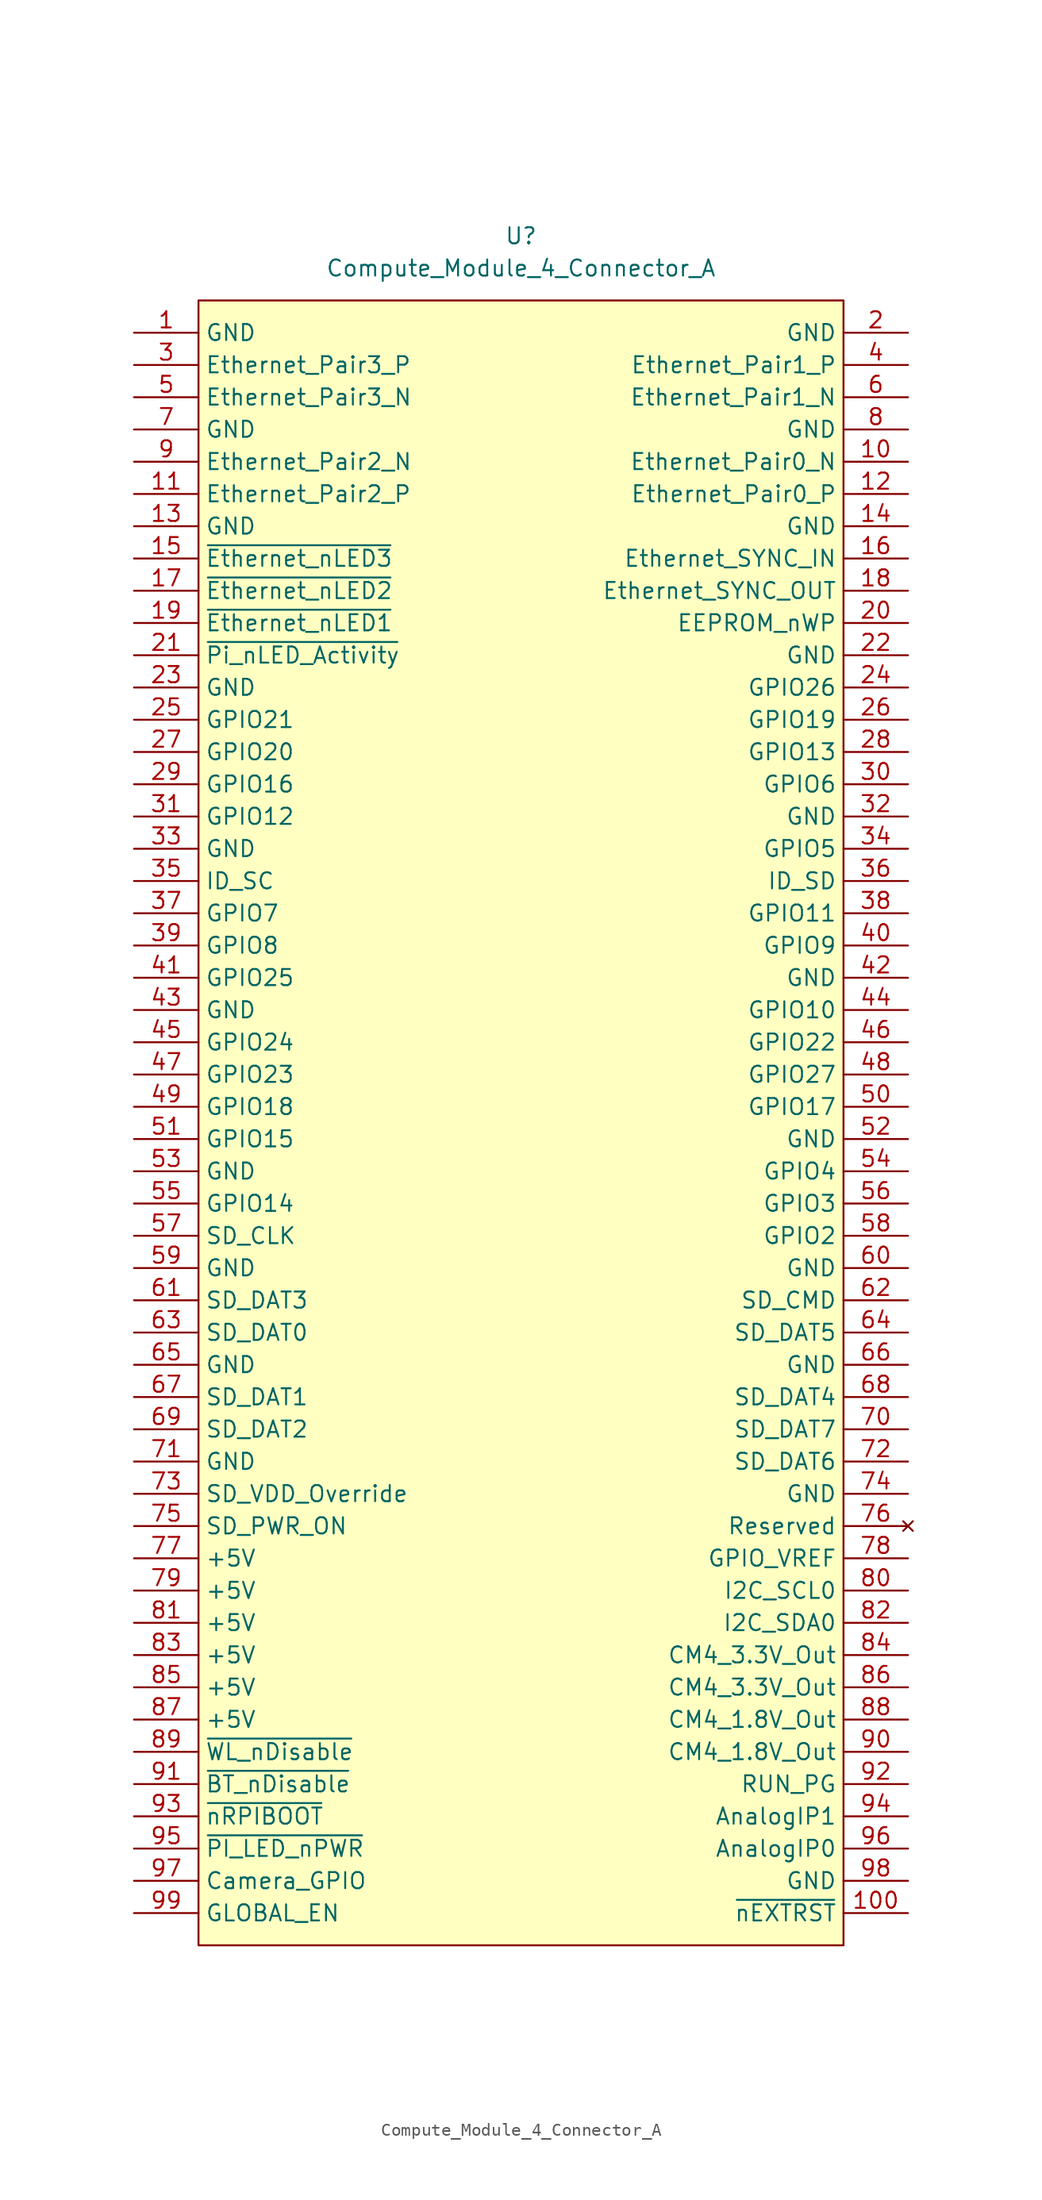
<source format=kicad_sym>
(kicad_symbol_lib
  (version 20220914)
  (generator kicad_symbol_editor)
  (symbol "Compute_Module_4_Connector_A"
    (property "Reference" "U"
      (at 0 69.85 0)
      (effects (font (size 1.27 1.27))))
    (property "Value" "Compute_Module_4_Connector_A"
      (at 0 67.31 0)
      (effects (font (size 1.27 1.27))))
    (symbol "Compute_Module_4_Connector_A_1_1"
      (rectangle (start -25.4 64.77) (end 25.4 -64.77) (stroke (width 0) (type solid)) (fill (type background)))
      (pin power_in line (at -30.48 62.23 0) (length 5.08) (name "GND" (effects (font (size 1.27 1.27)))) (number "1" (effects (font (size 1.27 1.27)))))
      (pin passive line (at 30.48 52.07 180) (length 5.08) (name "Ethernet_Pair0_N" (effects (font (size 1.27 1.27)))) (number "10" (effects (font (size 1.27 1.27)))))
      (pin output line (at 30.48 -62.23 180) (length 5.08) (name "~{nEXTRST}" (effects (font (size 1.27 1.27)))) (number "100" (effects (font (size 1.27 1.27)))))
      (pin passive line (at -30.48 49.53 0) (length 5.08) (name "Ethernet_Pair2_P" (effects (font (size 1.27 1.27)))) (number "11" (effects (font (size 1.27 1.27)))))
      (pin passive line (at 30.48 49.53 180) (length 5.08) (name "Ethernet_Pair0_P" (effects (font (size 1.27 1.27)))) (number "12" (effects (font (size 1.27 1.27)))))
      (pin power_in line (at -30.48 46.99 0) (length 5.08) (name "GND" (effects (font (size 1.27 1.27)))) (number "13" (effects (font (size 1.27 1.27)))))
      (pin power_in line (at 30.48 46.99 180) (length 5.08) (name "GND" (effects (font (size 1.27 1.27)))) (number "14" (effects (font (size 1.27 1.27)))))
      (pin output line (at -30.48 44.45 0) (length 5.08) (name "~{Ethernet_nLED3}" (effects (font (size 1.27 1.27)))) (number "15" (effects (font (size 1.27 1.27)))))
      (pin input line (at 30.48 44.45 180) (length 5.08) (name "Ethernet_SYNC_IN" (effects (font (size 1.27 1.27)))) (number "16" (effects (font (size 1.27 1.27)))))
      (pin output line (at -30.48 41.91 0) (length 5.08) (name "~{Ethernet_nLED2}" (effects (font (size 1.27 1.27)))) (number "17" (effects (font (size 1.27 1.27)))))
      (pin input line (at 30.48 41.91 180) (length 5.08) (name "Ethernet_SYNC_OUT" (effects (font (size 1.27 1.27)))) (number "18" (effects (font (size 1.27 1.27)))))
      (pin output line (at -30.48 39.37 0) (length 5.08) (name "~{Ethernet_nLED1}" (effects (font (size 1.27 1.27)))) (number "19" (effects (font (size 1.27 1.27)))))
      (pin power_in line (at 30.48 62.23 180) (length 5.08) (name "GND" (effects (font (size 1.27 1.27)))) (number "2" (effects (font (size 1.27 1.27)))))
      (pin passive line (at 30.48 39.37 180) (length 5.08) (name "EEPROM_nWP" (effects (font (size 1.27 1.27)))) (number "20" (effects (font (size 1.27 1.27)))))
      (pin open_collector line (at -30.48 36.83 0) (length 5.08) (name "~{Pi_nLED_Activity}" (effects (font (size 1.27 1.27)))) (number "21" (effects (font (size 1.27 1.27)))))
      (pin power_in line (at 30.48 36.83 180) (length 5.08) (name "GND" (effects (font (size 1.27 1.27)))) (number "22" (effects (font (size 1.27 1.27)))))
      (pin power_in line (at -30.48 34.29 0) (length 5.08) (name "GND" (effects (font (size 1.27 1.27)))) (number "23" (effects (font (size 1.27 1.27)))))
      (pin passive line (at 30.48 34.29 180) (length 5.08) (name "GPIO26" (effects (font (size 1.27 1.27)))) (number "24" (effects (font (size 1.27 1.27)))))
      (pin passive line (at -30.48 31.75 0) (length 5.08) (name "GPIO21" (effects (font (size 1.27 1.27)))) (number "25" (effects (font (size 1.27 1.27)))))
      (pin passive line (at 30.48 31.75 180) (length 5.08) (name "GPIO19" (effects (font (size 1.27 1.27)))) (number "26" (effects (font (size 1.27 1.27)))))
      (pin passive line (at -30.48 29.21 0) (length 5.08) (name "GPIO20" (effects (font (size 1.27 1.27)))) (number "27" (effects (font (size 1.27 1.27)))))
      (pin passive line (at 30.48 29.21 180) (length 5.08) (name "GPIO13" (effects (font (size 1.27 1.27)))) (number "28" (effects (font (size 1.27 1.27)))))
      (pin passive line (at -30.48 26.67 0) (length 5.08) (name "GPIO16" (effects (font (size 1.27 1.27)))) (number "29" (effects (font (size 1.27 1.27)))))
      (pin passive line (at -30.48 59.69 0) (length 5.08) (name "Ethernet_Pair3_P" (effects (font (size 1.27 1.27)))) (number "3" (effects (font (size 1.27 1.27)))))
      (pin passive line (at 30.48 26.67 180) (length 5.08) (name "GPIO6" (effects (font (size 1.27 1.27)))) (number "30" (effects (font (size 1.27 1.27)))))
      (pin passive line (at -30.48 24.13 0) (length 5.08) (name "GPIO12" (effects (font (size 1.27 1.27)))) (number "31" (effects (font (size 1.27 1.27)))))
      (pin power_in line (at 30.48 24.13 180) (length 5.08) (name "GND" (effects (font (size 1.27 1.27)))) (number "32" (effects (font (size 1.27 1.27)))))
      (pin power_in line (at -30.48 21.59 0) (length 5.08) (name "GND" (effects (font (size 1.27 1.27)))) (number "33" (effects (font (size 1.27 1.27)))))
      (pin passive line (at 30.48 21.59 180) (length 5.08) (name "GPIO5" (effects (font (size 1.27 1.27)))) (number "34" (effects (font (size 1.27 1.27)))))
      (pin passive line (at -30.48 19.05 0) (length 5.08) (name "ID_SC" (effects (font (size 1.27 1.27)))) (number "35" (effects (font (size 1.27 1.27)))))
      (pin passive line (at 30.48 19.05 180) (length 5.08) (name "ID_SD" (effects (font (size 1.27 1.27)))) (number "36" (effects (font (size 1.27 1.27)))))
      (pin passive line (at -30.48 16.51 0) (length 5.08) (name "GPIO7" (effects (font (size 1.27 1.27)))) (number "37" (effects (font (size 1.27 1.27)))))
      (pin passive line (at 30.48 16.51 180) (length 5.08) (name "GPIO11" (effects (font (size 1.27 1.27)))) (number "38" (effects (font (size 1.27 1.27)))))
      (pin passive line (at -30.48 13.97 0) (length 5.08) (name "GPIO8" (effects (font (size 1.27 1.27)))) (number "39" (effects (font (size 1.27 1.27)))))
      (pin passive line (at 30.48 59.69 180) (length 5.08) (name "Ethernet_Pair1_P" (effects (font (size 1.27 1.27)))) (number "4" (effects (font (size 1.27 1.27)))))
      (pin passive line (at 30.48 13.97 180) (length 5.08) (name "GPIO9" (effects (font (size 1.27 1.27)))) (number "40" (effects (font (size 1.27 1.27)))))
      (pin passive line (at -30.48 11.43 0) (length 5.08) (name "GPIO25" (effects (font (size 1.27 1.27)))) (number "41" (effects (font (size 1.27 1.27)))))
      (pin power_in line (at 30.48 11.43 180) (length 5.08) (name "GND" (effects (font (size 1.27 1.27)))) (number "42" (effects (font (size 1.27 1.27)))))
      (pin power_in line (at -30.48 8.89 0) (length 5.08) (name "GND" (effects (font (size 1.27 1.27)))) (number "43" (effects (font (size 1.27 1.27)))))
      (pin passive line (at 30.48 8.89 180) (length 5.08) (name "GPIO10" (effects (font (size 1.27 1.27)))) (number "44" (effects (font (size 1.27 1.27)))))
      (pin passive line (at -30.48 6.35 0) (length 5.08) (name "GPIO24" (effects (font (size 1.27 1.27)))) (number "45" (effects (font (size 1.27 1.27)))))
      (pin passive line (at 30.48 6.35 180) (length 5.08) (name "GPIO22" (effects (font (size 1.27 1.27)))) (number "46" (effects (font (size 1.27 1.27)))))
      (pin passive line (at -30.48 3.81 0) (length 5.08) (name "GPIO23" (effects (font (size 1.27 1.27)))) (number "47" (effects (font (size 1.27 1.27)))))
      (pin passive line (at 30.48 3.81 180) (length 5.08) (name "GPIO27" (effects (font (size 1.27 1.27)))) (number "48" (effects (font (size 1.27 1.27)))))
      (pin passive line (at -30.48 1.27 0) (length 5.08) (name "GPIO18" (effects (font (size 1.27 1.27)))) (number "49" (effects (font (size 1.27 1.27)))))
      (pin passive line (at -30.48 57.15 0) (length 5.08) (name "Ethernet_Pair3_N" (effects (font (size 1.27 1.27)))) (number "5" (effects (font (size 1.27 1.27)))))
      (pin passive line (at 30.48 1.27 180) (length 5.08) (name "GPIO17" (effects (font (size 1.27 1.27)))) (number "50" (effects (font (size 1.27 1.27)))))
      (pin passive line (at -30.48 -1.27 0) (length 5.08) (name "GPIO15" (effects (font (size 1.27 1.27)))) (number "51" (effects (font (size 1.27 1.27)))))
      (pin power_in line (at 30.48 -1.27 180) (length 5.08) (name "GND" (effects (font (size 1.27 1.27)))) (number "52" (effects (font (size 1.27 1.27)))))
      (pin power_in line (at -30.48 -3.81 0) (length 5.08) (name "GND" (effects (font (size 1.27 1.27)))) (number "53" (effects (font (size 1.27 1.27)))))
      (pin passive line (at 30.48 -3.81 180) (length 5.08) (name "GPIO4" (effects (font (size 1.27 1.27)))) (number "54" (effects (font (size 1.27 1.27)))))
      (pin passive line (at -30.48 -6.35 0) (length 5.08) (name "GPIO14" (effects (font (size 1.27 1.27)))) (number "55" (effects (font (size 1.27 1.27)))))
      (pin passive line (at 30.48 -6.35 180) (length 5.08) (name "GPIO3" (effects (font (size 1.27 1.27)))) (number "56" (effects (font (size 1.27 1.27)))))
      (pin passive line (at -30.48 -8.89 0) (length 5.08) (name "SD_CLK" (effects (font (size 1.27 1.27)))) (number "57" (effects (font (size 1.27 1.27)))))
      (pin passive line (at 30.48 -8.89 180) (length 5.08) (name "GPIO2" (effects (font (size 1.27 1.27)))) (number "58" (effects (font (size 1.27 1.27)))))
      (pin power_in line (at -30.48 -11.43 0) (length 5.08) (name "GND" (effects (font (size 1.27 1.27)))) (number "59" (effects (font (size 1.27 1.27)))))
      (pin passive line (at 30.48 57.15 180) (length 5.08) (name "Ethernet_Pair1_N" (effects (font (size 1.27 1.27)))) (number "6" (effects (font (size 1.27 1.27)))))
      (pin power_in line (at 30.48 -11.43 180) (length 5.08) (name "GND" (effects (font (size 1.27 1.27)))) (number "60" (effects (font (size 1.27 1.27)))))
      (pin passive line (at -30.48 -13.97 0) (length 5.08) (name "SD_DAT3" (effects (font (size 1.27 1.27)))) (number "61" (effects (font (size 1.27 1.27)))))
      (pin passive line (at 30.48 -13.97 180) (length 5.08) (name "SD_CMD" (effects (font (size 1.27 1.27)))) (number "62" (effects (font (size 1.27 1.27)))))
      (pin passive line (at -30.48 -16.51 0) (length 5.08) (name "SD_DAT0" (effects (font (size 1.27 1.27)))) (number "63" (effects (font (size 1.27 1.27)))))
      (pin passive line (at 30.48 -16.51 180) (length 5.08) (name "SD_DAT5" (effects (font (size 1.27 1.27)))) (number "64" (effects (font (size 1.27 1.27)))))
      (pin power_in line (at -30.48 -19.05 0) (length 5.08) (name "GND" (effects (font (size 1.27 1.27)))) (number "65" (effects (font (size 1.27 1.27)))))
      (pin power_in line (at 30.48 -19.05 180) (length 5.08) (name "GND" (effects (font (size 1.27 1.27)))) (number "66" (effects (font (size 1.27 1.27)))))
      (pin passive line (at -30.48 -21.59 0) (length 5.08) (name "SD_DAT1" (effects (font (size 1.27 1.27)))) (number "67" (effects (font (size 1.27 1.27)))))
      (pin passive line (at 30.48 -21.59 180) (length 5.08) (name "SD_DAT4" (effects (font (size 1.27 1.27)))) (number "68" (effects (font (size 1.27 1.27)))))
      (pin passive line (at -30.48 -24.13 0) (length 5.08) (name "SD_DAT2" (effects (font (size 1.27 1.27)))) (number "69" (effects (font (size 1.27 1.27)))))
      (pin power_in line (at -30.48 54.61 0) (length 5.08) (name "GND" (effects (font (size 1.27 1.27)))) (number "7" (effects (font (size 1.27 1.27)))))
      (pin passive line (at 30.48 -24.13 180) (length 5.08) (name "SD_DAT7" (effects (font (size 1.27 1.27)))) (number "70" (effects (font (size 1.27 1.27)))))
      (pin power_in line (at -30.48 -26.67 0) (length 5.08) (name "GND" (effects (font (size 1.27 1.27)))) (number "71" (effects (font (size 1.27 1.27)))))
      (pin passive line (at 30.48 -26.67 180) (length 5.08) (name "SD_DAT6" (effects (font (size 1.27 1.27)))) (number "72" (effects (font (size 1.27 1.27)))))
      (pin input line (at -30.48 -29.21 0) (length 5.08) (name "SD_VDD_Override" (effects (font (size 1.27 1.27)))) (number "73" (effects (font (size 1.27 1.27)))))
      (pin power_in line (at 30.48 -29.21 180) (length 5.08) (name "GND" (effects (font (size 1.27 1.27)))) (number "74" (effects (font (size 1.27 1.27)))))
      (pin output line (at -30.48 -31.75 0) (length 5.08) (name "SD_PWR_ON" (effects (font (size 1.27 1.27)))) (number "75" (effects (font (size 1.27 1.27)))))
      (pin no_connect line (at 30.48 -31.75 180) (length 5.08) (name "Reserved" (effects (font (size 1.27 1.27)))) (number "76" (effects (font (size 1.27 1.27)))))
      (pin power_in line (at -30.48 -34.29 0) (length 5.08) (name "+5V" (effects (font (size 1.27 1.27)))) (number "77" (effects (font (size 1.27 1.27)))))
      (pin power_in line (at 30.48 -34.29 180) (length 5.08) (name "GPIO_VREF" (effects (font (size 1.27 1.27)))) (number "78" (effects (font (size 1.27 1.27)))))
      (pin power_in line (at -30.48 -36.83 0) (length 5.08) (name "+5V" (effects (font (size 1.27 1.27)))) (number "79" (effects (font (size 1.27 1.27)))))
      (pin power_in line (at 30.48 54.61 180) (length 5.08) (name "GND" (effects (font (size 1.27 1.27)))) (number "8" (effects (font (size 1.27 1.27)))))
      (pin bidirectional line (at 30.48 -36.83 180) (length 5.08) (name "I2C_SCL0" (effects (font (size 1.27 1.27)))) (number "80" (effects (font (size 1.27 1.27)))))
      (pin power_in line (at -30.48 -39.37 0) (length 5.08) (name "+5V" (effects (font (size 1.27 1.27)))) (number "81" (effects (font (size 1.27 1.27)))))
      (pin bidirectional line (at 30.48 -39.37 180) (length 5.08) (name "I2C_SDA0" (effects (font (size 1.27 1.27)))) (number "82" (effects (font (size 1.27 1.27)))))
      (pin power_in line (at -30.48 -41.91 0) (length 5.08) (name "+5V" (effects (font (size 1.27 1.27)))) (number "83" (effects (font (size 1.27 1.27)))))
      (pin power_out line (at 30.48 -41.91 180) (length 5.08) (name "CM4_3.3V_Out" (effects (font (size 1.27 1.27)))) (number "84" (effects (font (size 1.27 1.27)))))
      (pin power_in line (at -30.48 -44.45 0) (length 5.08) (name "+5V" (effects (font (size 1.27 1.27)))) (number "85" (effects (font (size 1.27 1.27)))))
      (pin power_out line (at 30.48 -44.45 180) (length 5.08) (name "CM4_3.3V_Out" (effects (font (size 1.27 1.27)))) (number "86" (effects (font (size 1.27 1.27)))))
      (pin power_in line (at -30.48 -46.99 0) (length 5.08) (name "+5V" (effects (font (size 1.27 1.27)))) (number "87" (effects (font (size 1.27 1.27)))))
      (pin power_out line (at 30.48 -46.99 180) (length 5.08) (name "CM4_1.8V_Out" (effects (font (size 1.27 1.27)))) (number "88" (effects (font (size 1.27 1.27)))))
      (pin input line (at -30.48 -49.53 0) (length 5.08) (name "~{WL_nDisable}" (effects (font (size 1.27 1.27)))) (number "89" (effects (font (size 1.27 1.27)))))
      (pin passive line (at -30.48 52.07 0) (length 5.08) (name "Ethernet_Pair2_N" (effects (font (size 1.27 1.27)))) (number "9" (effects (font (size 1.27 1.27)))))
      (pin power_out line (at 30.48 -49.53 180) (length 5.08) (name "CM4_1.8V_Out" (effects (font (size 1.27 1.27)))) (number "90" (effects (font (size 1.27 1.27)))))
      (pin input line (at -30.48 -52.07 0) (length 5.08) (name "~{BT_nDisable}" (effects (font (size 1.27 1.27)))) (number "91" (effects (font (size 1.27 1.27)))))
      (pin passive line (at 30.48 -52.07 180) (length 5.08) (name "RUN_PG" (effects (font (size 1.27 1.27)))) (number "92" (effects (font (size 1.27 1.27)))))
      (pin input line (at -30.48 -54.61 0) (length 5.08) (name "~{nRPIBOOT}" (effects (font (size 1.27 1.27)))) (number "93" (effects (font (size 1.27 1.27)))))
      (pin passive line (at 30.48 -54.61 180) (length 5.08) (name "AnalogIP1" (effects (font (size 1.27 1.27)))) (number "94" (effects (font (size 1.27 1.27)))))
      (pin output line (at -30.48 -57.15 0) (length 5.08) (name "~{PI_LED_nPWR}" (effects (font (size 1.27 1.27)))) (number "95" (effects (font (size 1.27 1.27)))))
      (pin passive line (at 30.48 -57.15 180) (length 5.08) (name "AnalogIP0" (effects (font (size 1.27 1.27)))) (number "96" (effects (font (size 1.27 1.27)))))
      (pin passive line (at -30.48 -59.69 0) (length 5.08) (name "Camera_GPIO" (effects (font (size 1.27 1.27)))) (number "97" (effects (font (size 1.27 1.27)))))
      (pin power_in line (at 30.48 -59.69 180) (length 5.08) (name "GND" (effects (font (size 1.27 1.27)))) (number "98" (effects (font (size 1.27 1.27)))))
      (pin input line (at -30.48 -62.23 0) (length 5.08) (name "GLOBAL_EN" (effects (font (size 1.27 1.27)))) (number "99" (effects (font (size 1.27 1.27))))))))
</source>
